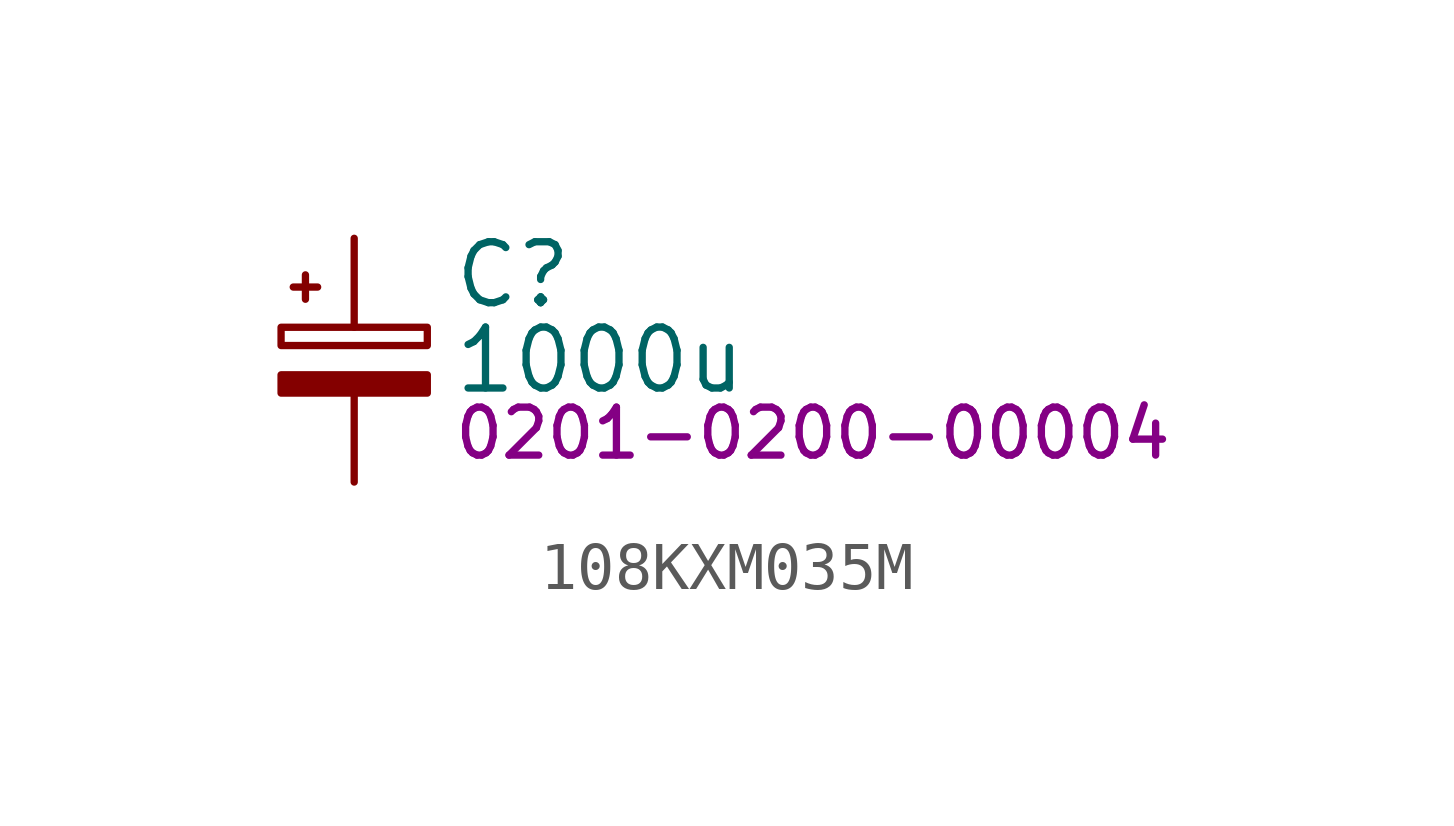
<source format=kicad_sym>
(kicad_symbol_lib
  (version 20231120)
  (generator "kicad_symbol_editor")
  (generator_version "8.0")
  (symbol "108KXM035M"
    (pin_numbers hide)
    (pin_names hide)
    (property "Reference" "C"
      (at 2.032 1.778 0)
      (effects (font (size 1.27 1.27)) (justify left)))
    (property "Value" "1000u"
      (at 2.032 0 0)
      (effects (font (size 1.27 1.27)) (justify left)))
    (property "PartNumber" "0201-0200-00004"
      (at 2.032 -1.524 0)
      (effects (font (size 1 1)) (justify left)))
    (symbol "108KXM035M_0_1"
      (rectangle (start -1.524 -0.305) (end 1.524 -0.686) (stroke (width 0) (type default)) (fill (type outline)))
      (rectangle (start -1.524 0.686) (end 1.524 0.305) (stroke (width 0) (type default)) (fill (type none)))
      (polyline (pts (xy -1.27 1.524) (xy -0.762 1.524)) (stroke (width 0) (type default)) (fill (type none)))
      (polyline (pts (xy -1.016 1.27) (xy -1.016 1.778)) (stroke (width 0) (type default)) (fill (type none))))
    (symbol "108KXM035M_1_1"
      (pin passive line (at 0 2.54 270) (length 1.854) (name "+" (effects (font (size 1.27 1.27)))) (number "1" (effects (font (size 1.27 1.27)))))
      (pin passive line (at 0 -2.54 90) (length 1.854) (name "-" (effects (font (size 1.27 1.27)))) (number "2" (effects (font (size 1.27 1.27))))))))
</source>
